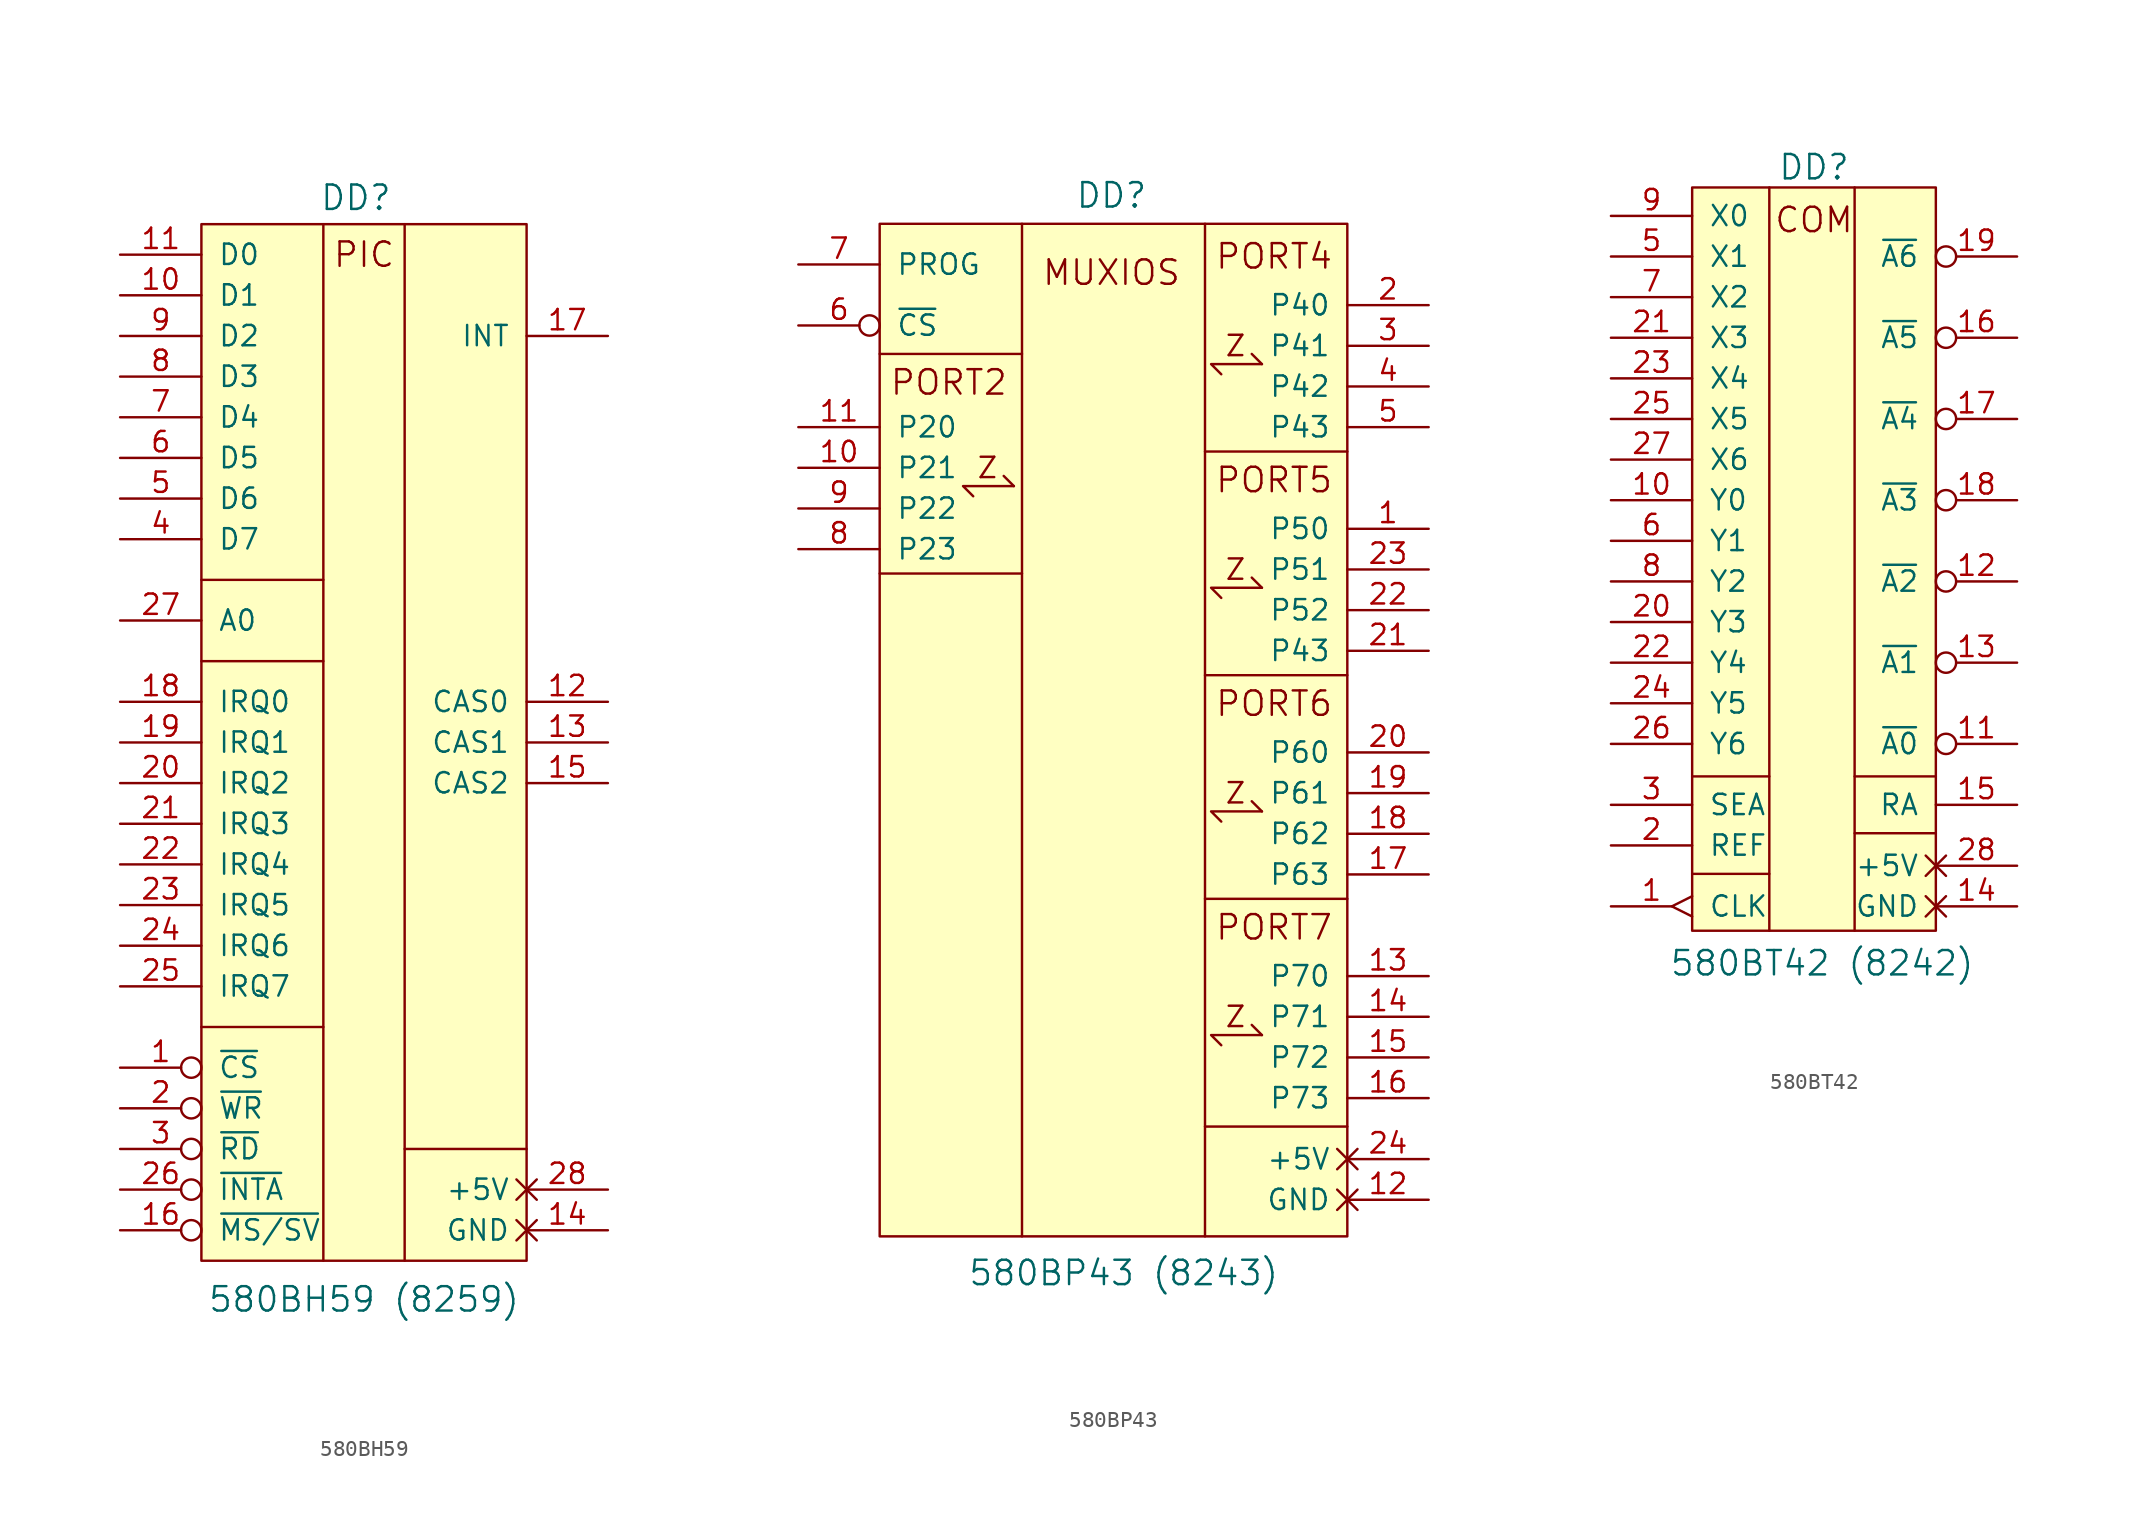
<source format=kicad_sym>
(kicad_symbol_lib
  (version 20231120)
  (generator "kicad_symbol_editor")
  (generator_version "8.0")
  (symbol "580ВН59"
    (pin_names
      (offset 1.016))
    (property "Reference" "DD"
      (at -0.508 35.306 0)
      (effects (font (size 1.524 1.524))))
    (property "Value" "580ВН59 (8259)"
      (at 0 -33.528 0)
      (effects (font (size 1.524 1.524))))
    (symbol "580ВН59_0_0"
      (polyline (pts (xy -10.16 -16.51) (xy -2.54 -16.51)) (stroke (width 0) (type solid)) (fill (type none)))
      (polyline (pts (xy -10.16 6.35) (xy -2.54 6.35)) (stroke (width 0) (type solid)) (fill (type none)))
      (polyline (pts (xy -10.16 11.43) (xy -2.54 11.43)) (stroke (width 0) (type solid)) (fill (type none)))
      (polyline (pts (xy -2.54 -31.115) (xy -2.54 33.655)) (stroke (width 0) (type solid)) (fill (type none)))
      (polyline (pts (xy 2.54 -24.13) (xy 10.16 -24.13)) (stroke (width 0) (type solid)) (fill (type none)))
      (polyline (pts (xy 2.54 33.655) (xy 2.54 -31.115)) (stroke (width 0) (type solid)) (fill (type none)))
      (text "PIC" (at 0 31.75 0) (effects (font (size 1.524 1.524)))))
    (symbol "580ВН59_0_1"
      (pin input inverted (at -15.24 -19.05 0) (length 5.08) (name "~{CS}" (effects (font (size 1.27 1.27)))) (number "1" (effects (font (size 1.27 1.27)))))
      (pin bidirectional line (at -15.24 29.21 0) (length 5.08) (name "D1" (effects (font (size 1.27 1.27)))) (number "10" (effects (font (size 1.27 1.27)))))
      (pin bidirectional line (at -15.24 31.75 0) (length 5.08) (name "D0" (effects (font (size 1.27 1.27)))) (number "11" (effects (font (size 1.27 1.27)))))
      (pin bidirectional line (at 15.24 3.81 180) (length 5.08) (name "CAS0" (effects (font (size 1.27 1.27)))) (number "12" (effects (font (size 1.27 1.27)))))
      (pin bidirectional line (at 15.24 1.27 180) (length 5.08) (name "CAS1" (effects (font (size 1.27 1.27)))) (number "13" (effects (font (size 1.27 1.27)))))
      (pin bidirectional line (at 15.24 -1.27 180) (length 5.08) (name "CAS2" (effects (font (size 1.27 1.27)))) (number "15" (effects (font (size 1.27 1.27)))))
      (pin output line (at 15.24 26.67 180) (length 5.08) (name "INT" (effects (font (size 1.27 1.27)))) (number "17" (effects (font (size 1.27 1.27)))))
      (pin input line (at -15.24 3.81 0) (length 5.08) (name "IRQ0" (effects (font (size 1.27 1.27)))) (number "18" (effects (font (size 1.27 1.27)))))
      (pin input line (at -15.24 1.27 0) (length 5.08) (name "IRQ1" (effects (font (size 1.27 1.27)))) (number "19" (effects (font (size 1.27 1.27)))))
      (pin input inverted (at -15.24 -21.59 0) (length 5.08) (name "~{WR}" (effects (font (size 1.27 1.27)))) (number "2" (effects (font (size 1.27 1.27)))))
      (pin input line (at -15.24 -1.27 0) (length 5.08) (name "IRQ2" (effects (font (size 1.27 1.27)))) (number "20" (effects (font (size 1.27 1.27)))))
      (pin input line (at -15.24 -3.81 0) (length 5.08) (name "IRQ3" (effects (font (size 1.27 1.27)))) (number "21" (effects (font (size 1.27 1.27)))))
      (pin input line (at -15.24 -6.35 0) (length 5.08) (name "IRQ4" (effects (font (size 1.27 1.27)))) (number "22" (effects (font (size 1.27 1.27)))))
      (pin input line (at -15.24 -8.89 0) (length 5.08) (name "IRQ5" (effects (font (size 1.27 1.27)))) (number "23" (effects (font (size 1.27 1.27)))))
      (pin input line (at -15.24 -11.43 0) (length 5.08) (name "IRQ6" (effects (font (size 1.27 1.27)))) (number "24" (effects (font (size 1.27 1.27)))))
      (pin input line (at -15.24 -13.97 0) (length 5.08) (name "IRQ7" (effects (font (size 1.27 1.27)))) (number "25" (effects (font (size 1.27 1.27)))))
      (pin input inverted (at -15.24 -26.67 0) (length 5.08) (name "~{INTA}" (effects (font (size 1.27 1.27)))) (number "26" (effects (font (size 1.27 1.27)))))
      (pin input line (at -15.24 8.89 0) (length 5.08) (name "A0" (effects (font (size 1.27 1.27)))) (number "27" (effects (font (size 1.27 1.27)))))
      (pin input inverted (at -15.24 -24.13 0) (length 5.08) (name "~{RD}" (effects (font (size 1.27 1.27)))) (number "3" (effects (font (size 1.27 1.27)))))
      (pin bidirectional line (at -15.24 13.97 0) (length 5.08) (name "D7" (effects (font (size 1.27 1.27)))) (number "4" (effects (font (size 1.27 1.27)))))
      (pin bidirectional line (at -15.24 16.51 0) (length 5.08) (name "D6" (effects (font (size 1.27 1.27)))) (number "5" (effects (font (size 1.27 1.27)))))
      (pin bidirectional line (at -15.24 19.05 0) (length 5.08) (name "D5" (effects (font (size 1.27 1.27)))) (number "6" (effects (font (size 1.27 1.27)))))
      (pin bidirectional line (at -15.24 21.59 0) (length 5.08) (name "D4" (effects (font (size 1.27 1.27)))) (number "7" (effects (font (size 1.27 1.27)))))
      (pin bidirectional line (at -15.24 24.13 0) (length 5.08) (name "D3" (effects (font (size 1.27 1.27)))) (number "8" (effects (font (size 1.27 1.27)))))
      (pin bidirectional line (at -15.24 26.67 0) (length 5.08) (name "D2" (effects (font (size 1.27 1.27)))) (number "9" (effects (font (size 1.27 1.27))))))
    (symbol "580ВН59_1_0"
      (rectangle (start -10.16 33.655) (end 10.16 -31.115) (stroke (width 0) (type solid)) (fill (type background))))
    (symbol "580ВН59_1_1"
      (pin power_in non_logic (at 15.24 -29.21 180) (length 5.08) (name "GND" (effects (font (size 1.27 1.27)))) (number "14" (effects (font (size 1.27 1.27)))))
      (pin bidirectional inverted (at -15.24 -29.21 0) (length 5.08) (name "~{MS/SV}" (effects (font (size 1.27 1.27)))) (number "16" (effects (font (size 1.27 1.27)))))
      (pin power_in non_logic (at 15.24 -26.67 180) (length 5.08) (name "+5V" (effects (font (size 1.27 1.27)))) (number "28" (effects (font (size 1.27 1.27)))))))
  (symbol "580ВР43"
    (pin_names
      (offset 1.016))
    (property "Reference" "DD"
      (at -0.762 33.528 0)
      (effects (font (size 1.524 1.524))))
    (property "Value" "580ВР43 (8243)"
      (at 0 -33.782 0)
      (effects (font (size 1.524 1.524))))
    (symbol "580ВР43_0_0"
      (polyline (pts (xy -15.24 9.906) (xy -6.35 9.906)) (stroke (width 0) (type solid)) (fill (type none)))
      (polyline (pts (xy -15.24 23.622) (xy -6.35 23.622)) (stroke (width 0) (type solid)) (fill (type none)))
      (polyline (pts (xy -6.858 15.367) (xy -7.493 16.002)) (stroke (width 0) (type default)) (fill (type none)))
      (polyline (pts (xy -6.35 -31.496) (xy -6.35 31.75)) (stroke (width 0) (type solid)) (fill (type none)))
      (polyline (pts (xy 5.08 -24.638) (xy 13.97 -24.638)) (stroke (width 0) (type solid)) (fill (type none)))
      (polyline (pts (xy 5.08 -10.414) (xy 13.97 -10.414)) (stroke (width 0) (type solid)) (fill (type none)))
      (polyline (pts (xy 5.08 3.556) (xy 13.97 3.556)) (stroke (width 0) (type solid)) (fill (type none)))
      (polyline (pts (xy 5.08 17.526) (xy 13.97 17.526)) (stroke (width 0) (type solid)) (fill (type none)))
      (polyline (pts (xy 5.08 31.75) (xy 5.08 -31.496)) (stroke (width 0) (type solid)) (fill (type none)))
      (polyline (pts (xy 8.636 -18.923) (xy 8.001 -18.288)) (stroke (width 0) (type default)) (fill (type none)))
      (polyline (pts (xy 8.636 -4.953) (xy 8.001 -4.318)) (stroke (width 0) (type default)) (fill (type none)))
      (polyline (pts (xy 8.636 9.017) (xy 8.001 9.652)) (stroke (width 0) (type default)) (fill (type none)))
      (polyline (pts (xy 8.636 22.987) (xy 8.001 23.622)) (stroke (width 0) (type default)) (fill (type none)))
      (polyline (pts (xy -9.398 14.732) (xy -10.033 15.367) (xy -6.858 15.367)) (stroke (width 0) (type default)) (fill (type none)))
      (polyline (pts (xy 6.096 -19.558) (xy 5.461 -18.923) (xy 8.636 -18.923)) (stroke (width 0) (type default)) (fill (type none)))
      (polyline (pts (xy 6.096 -5.588) (xy 5.461 -4.953) (xy 8.636 -4.953)) (stroke (width 0) (type default)) (fill (type none)))
      (polyline (pts (xy 6.096 8.382) (xy 5.461 9.017) (xy 8.636 9.017)) (stroke (width 0) (type default)) (fill (type none)))
      (polyline (pts (xy 6.096 22.352) (xy 5.461 22.987) (xy 8.636 22.987)) (stroke (width 0) (type default)) (fill (type none))))
    (symbol "580ВР43_1_0"
      (rectangle (start -15.24 31.75) (end 13.97 -31.496) (stroke (width 0) (type solid)) (fill (type background)))
      (text "MUXIOS" (at -0.762 28.702 0) (effects (font (size 1.524 1.524))))
      (text "PORT2" (at -10.922 21.844 0) (effects (font (size 1.524 1.524))))
      (text "PORT4" (at 9.398 29.718 0) (effects (font (size 1.524 1.524))))
      (text "PORT5" (at 9.398 15.748 0) (effects (font (size 1.524 1.524))))
      (text "PORT6" (at 9.398 1.778 0) (effects (font (size 1.524 1.524))))
      (text "PORT7" (at 9.398 -12.192 0) (effects (font (size 1.524 1.524))))
      (text "Z" (at -8.509 16.51 0) (effects (font (size 1.27 1.27))))
      (text "Z" (at 6.985 -17.78 0) (effects (font (size 1.27 1.27))))
      (text "Z" (at 6.985 -3.81 0) (effects (font (size 1.27 1.27))))
      (text "Z" (at 6.985 10.16 0) (effects (font (size 1.27 1.27))))
      (text "Z" (at 6.985 24.13 0) (effects (font (size 1.27 1.27)))))
    (symbol "580ВР43_1_1"
      (pin bidirectional line (at 19.05 12.7 180) (length 5.08) (name "P50" (effects (font (size 1.27 1.27)))) (number "1" (effects (font (size 1.27 1.27)))))
      (pin bidirectional line (at -20.32 16.51 0) (length 5.08) (name "P21" (effects (font (size 1.27 1.27)))) (number "10" (effects (font (size 1.27 1.27)))))
      (pin bidirectional line (at -20.32 19.05 0) (length 5.08) (name "P20" (effects (font (size 1.27 1.27)))) (number "11" (effects (font (size 1.27 1.27)))))
      (pin power_in non_logic (at 19.05 -29.21 180) (length 5.08) (name "GND" (effects (font (size 1.27 1.27)))) (number "12" (effects (font (size 1.27 1.27)))))
      (pin bidirectional line (at 19.05 -15.24 180) (length 5.08) (name "P70" (effects (font (size 1.27 1.27)))) (number "13" (effects (font (size 1.27 1.27)))))
      (pin bidirectional line (at 19.05 -17.78 180) (length 5.08) (name "P71" (effects (font (size 1.27 1.27)))) (number "14" (effects (font (size 1.27 1.27)))))
      (pin bidirectional line (at 19.05 -20.32 180) (length 5.08) (name "P72" (effects (font (size 1.27 1.27)))) (number "15" (effects (font (size 1.27 1.27)))))
      (pin bidirectional line (at 19.05 -22.86 180) (length 5.08) (name "P73" (effects (font (size 1.27 1.27)))) (number "16" (effects (font (size 1.27 1.27)))))
      (pin bidirectional line (at 19.05 -8.89 180) (length 5.08) (name "P63" (effects (font (size 1.27 1.27)))) (number "17" (effects (font (size 1.27 1.27)))))
      (pin bidirectional line (at 19.05 -6.35 180) (length 5.08) (name "P62" (effects (font (size 1.27 1.27)))) (number "18" (effects (font (size 1.27 1.27)))))
      (pin bidirectional line (at 19.05 -3.81 180) (length 5.08) (name "P61" (effects (font (size 1.27 1.27)))) (number "19" (effects (font (size 1.27 1.27)))))
      (pin bidirectional line (at 19.05 26.67 180) (length 5.08) (name "P40" (effects (font (size 1.27 1.27)))) (number "2" (effects (font (size 1.27 1.27)))))
      (pin bidirectional line (at 19.05 -1.27 180) (length 5.08) (name "P60" (effects (font (size 1.27 1.27)))) (number "20" (effects (font (size 1.27 1.27)))))
      (pin bidirectional line (at 19.05 5.08 180) (length 5.08) (name "P43" (effects (font (size 1.27 1.27)))) (number "21" (effects (font (size 1.27 1.27)))))
      (pin bidirectional line (at 19.05 7.62 180) (length 5.08) (name "P52" (effects (font (size 1.27 1.27)))) (number "22" (effects (font (size 1.27 1.27)))))
      (pin bidirectional line (at 19.05 10.16 180) (length 5.08) (name "P51" (effects (font (size 1.27 1.27)))) (number "23" (effects (font (size 1.27 1.27)))))
      (pin power_in non_logic (at 19.05 -26.67 180) (length 5.08) (name "+5V" (effects (font (size 1.27 1.27)))) (number "24" (effects (font (size 1.27 1.27)))))
      (pin bidirectional line (at 19.05 24.13 180) (length 5.08) (name "P41" (effects (font (size 1.27 1.27)))) (number "3" (effects (font (size 1.27 1.27)))))
      (pin bidirectional line (at 19.05 21.59 180) (length 5.08) (name "P42" (effects (font (size 1.27 1.27)))) (number "4" (effects (font (size 1.27 1.27)))))
      (pin bidirectional line (at 19.05 19.05 180) (length 5.08) (name "P43" (effects (font (size 1.27 1.27)))) (number "5" (effects (font (size 1.27 1.27)))))
      (pin input inverted (at -20.32 25.4 0) (length 5.08) (name "~{CS}" (effects (font (size 1.27 1.27)))) (number "6" (effects (font (size 1.27 1.27)))))
      (pin input line (at -20.32 29.21 0) (length 5.08) (name "PROG" (effects (font (size 1.27 1.27)))) (number "7" (effects (font (size 1.27 1.27)))))
      (pin bidirectional line (at -20.32 11.43 0) (length 5.08) (name "P23" (effects (font (size 1.27 1.27)))) (number "8" (effects (font (size 1.27 1.27)))))
      (pin bidirectional line (at -20.32 13.97 0) (length 5.08) (name "P22" (effects (font (size 1.27 1.27)))) (number "9" (effects (font (size 1.27 1.27)))))))
  (symbol "580ВТ42"
    (pin_names
      (offset 1.016))
    (property "Reference" "DD"
      (at 0 24.638 0)
      (effects (font (size 1.524 1.524))))
    (property "Value" "580ВТ42 (8242)"
      (at 0.508 -25.146 0)
      (effects (font (size 1.524 1.524))))
    (symbol "580ВТ42_0_0"
      (polyline (pts (xy -7.62 -19.558) (xy -2.794 -19.558)) (stroke (width 0) (type solid)) (fill (type none)))
      (polyline (pts (xy -7.62 -13.462) (xy -2.794 -13.462)) (stroke (width 0) (type solid)) (fill (type none)))
      (polyline (pts (xy -2.794 23.368) (xy -2.794 -23.114)) (stroke (width 0) (type solid)) (fill (type none)))
      (polyline (pts (xy 2.54 -17.018) (xy 7.62 -17.018)) (stroke (width 0) (type solid)) (fill (type none)))
      (polyline (pts (xy 2.54 -13.462) (xy 7.62 -13.462)) (stroke (width 0) (type solid)) (fill (type none)))
      (polyline (pts (xy 2.54 23.368) (xy 2.54 -23.114)) (stroke (width 0) (type solid)) (fill (type none))))
    (symbol "580ВТ42_1_0"
      (rectangle (start -7.62 23.368) (end 7.62 -23.114) (stroke (width 0) (type solid)) (fill (type background)))
      (text "COM" (at 0 21.336 0) (effects (font (size 1.524 1.524)))))
    (symbol "580ВТ42_1_1"
      (pin input edge_clock_high (at -12.7 -21.59 0) (length 5.08) (name "CLK" (effects (font (size 1.27 1.27)))) (number "1" (effects (font (size 1.27 1.27)))))
      (pin input line (at -12.7 3.81 0) (length 5.08) (name "Y0" (effects (font (size 1.27 1.27)))) (number "10" (effects (font (size 1.27 1.27)))))
      (pin output inverted (at 12.7 -11.43 180) (length 5.08) (name "~{A0}" (effects (font (size 1.27 1.27)))) (number "11" (effects (font (size 1.27 1.27)))))
      (pin output inverted (at 12.7 -1.27 180) (length 5.08) (name "~{A2}" (effects (font (size 1.27 1.27)))) (number "12" (effects (font (size 1.27 1.27)))))
      (pin output inverted (at 12.7 -6.35 180) (length 5.08) (name "~{A1}" (effects (font (size 1.27 1.27)))) (number "13" (effects (font (size 1.27 1.27)))))
      (pin power_in non_logic (at 12.7 -21.59 180) (length 5.08) (name "GND" (effects (font (size 1.27 1.27)))) (number "14" (effects (font (size 1.27 1.27)))))
      (pin output line (at 12.7 -15.24 180) (length 5.08) (name "RA" (effects (font (size 1.27 1.27)))) (number "15" (effects (font (size 1.27 1.27)))))
      (pin output inverted (at 12.7 13.97 180) (length 5.08) (name "~{A5}" (effects (font (size 1.27 1.27)))) (number "16" (effects (font (size 1.27 1.27)))))
      (pin output inverted (at 12.7 8.89 180) (length 5.08) (name "~{A4}" (effects (font (size 1.27 1.27)))) (number "17" (effects (font (size 1.27 1.27)))))
      (pin output inverted (at 12.7 3.81 180) (length 5.08) (name "~{A3}" (effects (font (size 1.27 1.27)))) (number "18" (effects (font (size 1.27 1.27)))))
      (pin output inverted (at 12.7 19.05 180) (length 5.08) (name "~{A6}" (effects (font (size 1.27 1.27)))) (number "19" (effects (font (size 1.27 1.27)))))
      (pin input line (at -12.7 -17.78 0) (length 5.08) (name "REF" (effects (font (size 1.27 1.27)))) (number "2" (effects (font (size 1.27 1.27)))))
      (pin input line (at -12.7 -3.81 0) (length 5.08) (name "Y3" (effects (font (size 1.27 1.27)))) (number "20" (effects (font (size 1.27 1.27)))))
      (pin input line (at -12.7 13.97 0) (length 5.08) (name "X3" (effects (font (size 1.27 1.27)))) (number "21" (effects (font (size 1.27 1.27)))))
      (pin input line (at -12.7 -6.35 0) (length 5.08) (name "Y4" (effects (font (size 1.27 1.27)))) (number "22" (effects (font (size 1.27 1.27)))))
      (pin input line (at -12.7 11.43 0) (length 5.08) (name "X4" (effects (font (size 1.27 1.27)))) (number "23" (effects (font (size 1.27 1.27)))))
      (pin input line (at -12.7 -8.89 0) (length 5.08) (name "Y5" (effects (font (size 1.27 1.27)))) (number "24" (effects (font (size 1.27 1.27)))))
      (pin input line (at -12.7 8.89 0) (length 5.08) (name "X5" (effects (font (size 1.27 1.27)))) (number "25" (effects (font (size 1.27 1.27)))))
      (pin input line (at -12.7 -11.43 0) (length 5.08) (name "Y6" (effects (font (size 1.27 1.27)))) (number "26" (effects (font (size 1.27 1.27)))))
      (pin input line (at -12.7 6.35 0) (length 5.08) (name "X6" (effects (font (size 1.27 1.27)))) (number "27" (effects (font (size 1.27 1.27)))))
      (pin power_in non_logic (at 12.7 -19.05 180) (length 5.08) (name "+5V" (effects (font (size 1.27 1.27)))) (number "28" (effects (font (size 1.27 1.27)))))
      (pin input line (at -12.7 -15.24 0) (length 5.08) (name "SEA" (effects (font (size 1.27 1.27)))) (number "3" (effects (font (size 1.27 1.27)))))
      (pin input line (at -12.7 19.05 0) (length 5.08) (name "X1" (effects (font (size 1.27 1.27)))) (number "5" (effects (font (size 1.27 1.27)))))
      (pin input line (at -12.7 1.27 0) (length 5.08) (name "Y1" (effects (font (size 1.27 1.27)))) (number "6" (effects (font (size 1.27 1.27)))))
      (pin input line (at -12.7 16.51 0) (length 5.08) (name "X2" (effects (font (size 1.27 1.27)))) (number "7" (effects (font (size 1.27 1.27)))))
      (pin input line (at -12.7 -1.27 0) (length 5.08) (name "Y2" (effects (font (size 1.27 1.27)))) (number "8" (effects (font (size 1.27 1.27)))))
      (pin input line (at -12.7 21.59 0) (length 5.08) (name "X0" (effects (font (size 1.27 1.27)))) (number "9" (effects (font (size 1.27 1.27))))))))
</source>
